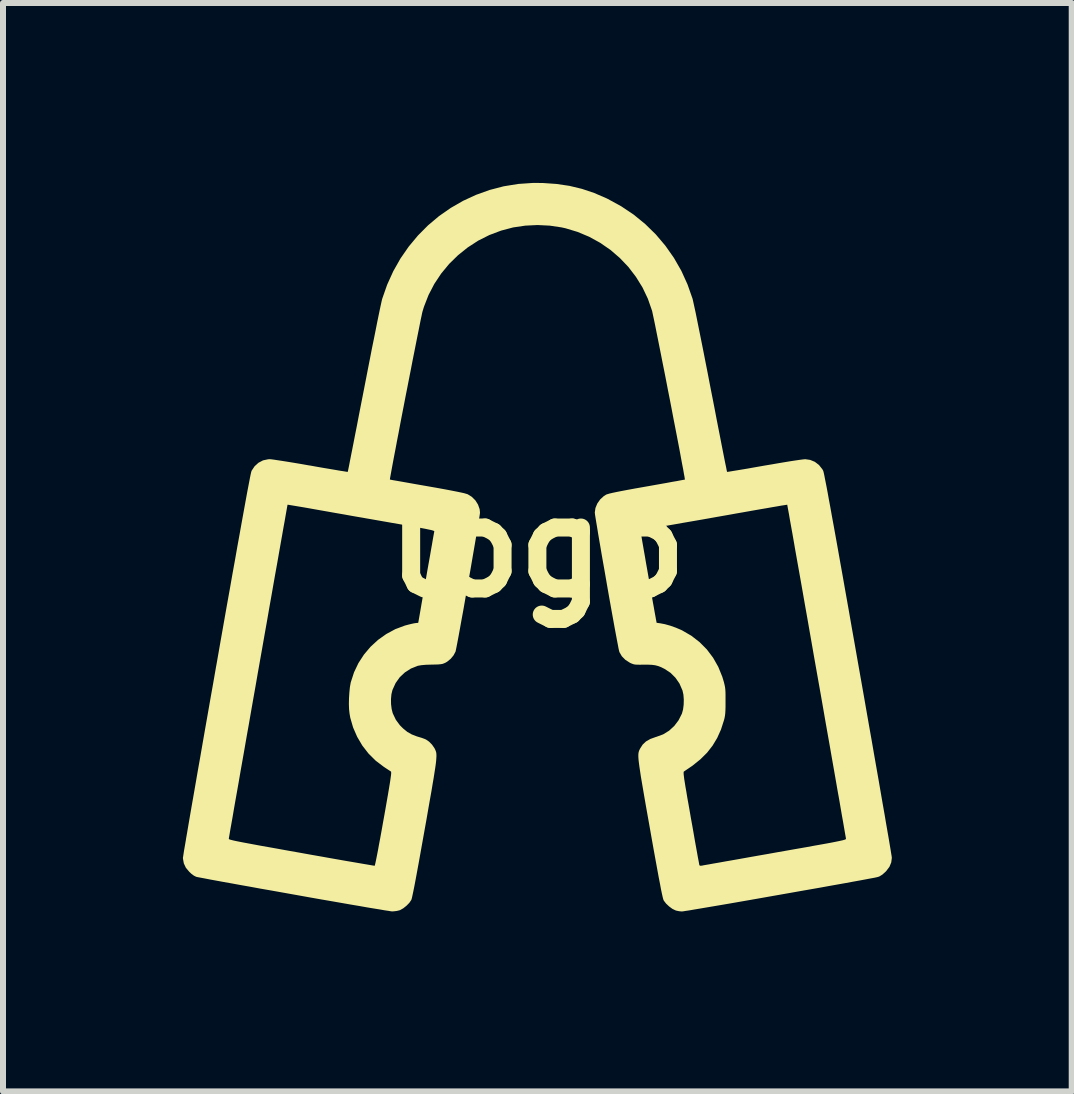
<source format=kicad_pcb>
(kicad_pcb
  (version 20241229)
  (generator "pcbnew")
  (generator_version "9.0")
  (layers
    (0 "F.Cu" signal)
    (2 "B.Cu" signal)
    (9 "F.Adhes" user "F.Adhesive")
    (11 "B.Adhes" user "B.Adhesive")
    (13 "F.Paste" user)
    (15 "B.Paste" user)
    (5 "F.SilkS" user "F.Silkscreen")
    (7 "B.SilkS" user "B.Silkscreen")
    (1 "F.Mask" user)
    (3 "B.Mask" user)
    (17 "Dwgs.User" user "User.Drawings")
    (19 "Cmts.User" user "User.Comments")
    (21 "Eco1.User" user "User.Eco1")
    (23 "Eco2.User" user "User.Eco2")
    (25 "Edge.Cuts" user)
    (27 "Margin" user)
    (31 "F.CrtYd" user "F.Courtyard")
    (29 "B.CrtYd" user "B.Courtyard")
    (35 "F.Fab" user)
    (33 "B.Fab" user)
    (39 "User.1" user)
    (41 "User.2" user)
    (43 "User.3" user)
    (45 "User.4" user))
  (footprint "logo"
    (layer "F.Cu")
    (at 5.91 6.072)
    (property "Reference" "logo" (at 0 0 0) (layer "F.SilkS") (effects (font (size 1.524 1.524) (thickness 0.3))))
    (attr board_only exclude_from_pos_files exclude_from_bom)
    (fp_poly (pts (xy 0.088 -6.071) (xy 0.318 -6.055) (xy 0.535 -6.023) (xy 0.743 -5.973) (xy 0.948 -5.904) (xy 1.154 -5.815) (xy 1.176 -5.804) (xy 1.397 -5.683) (xy 1.605 -5.544) (xy 1.797 -5.387) (xy 1.974 -5.214) (xy 2.134 -5.025) (xy 2.276 -4.823) (xy 2.4 -4.607) (xy 2.503 -4.38) (xy 2.587 -4.141) (xy 2.588 -4.138) (xy 2.594 -4.111) (xy 2.605 -4.062) (xy 2.62 -3.993) (xy 2.639 -3.906) (xy 2.66 -3.802) (xy 2.684 -3.682) (xy 2.711 -3.549) (xy 2.74 -3.404) (xy 2.771 -3.249) (xy 2.803 -3.085) (xy 2.837 -2.913) (xy 2.871 -2.736) (xy 2.89 -2.638) (xy 2.925 -2.461) (xy 2.958 -2.291) (xy 2.989 -2.128) (xy 3.019 -1.975) (xy 3.047 -1.833) (xy 3.072 -1.703) (xy 3.095 -1.587) (xy 3.115 -1.485) (xy 3.132 -1.4) (xy 3.146 -1.334) (xy 3.155 -1.286) (xy 3.161 -1.26) (xy 3.162 -1.254) (xy 3.174 -1.255) (xy 3.208 -1.26) (xy 3.26 -1.269) (xy 3.329 -1.28) (xy 3.413 -1.294) (xy 3.509 -1.31) (xy 3.615 -1.329) (xy 3.729 -1.349) (xy 3.78 -1.358) (xy 3.9 -1.378) (xy 4.015 -1.398) (xy 4.122 -1.416) (xy 4.219 -1.432) (xy 4.304 -1.445) (xy 4.374 -1.455) (xy 4.426 -1.462) (xy 4.458 -1.465) (xy 4.464 -1.466) (xy 4.548 -1.454) (xy 4.626 -1.422) (xy 4.695 -1.369) (xy 4.75 -1.3) (xy 4.765 -1.273) (xy 4.769 -1.261) (xy 4.775 -1.237) (xy 4.783 -1.2) (xy 4.793 -1.148) (xy 4.806 -1.083) (xy 4.822 -1.002) (xy 4.84 -0.906) (xy 4.86 -0.794) (xy 4.884 -0.666) (xy 4.91 -0.52) (xy 4.94 -0.357) (xy 4.973 -0.175) (xy 5.009 0.026) (xy 5.048 0.246) (xy 5.091 0.486) (xy 5.137 0.747) (xy 5.187 1.028) (xy 5.24 1.332) (xy 5.298 1.658) (xy 5.349 1.949) (xy 5.397 2.22) (xy 5.444 2.486) (xy 5.489 2.744) (xy 5.533 2.995) (xy 5.576 3.237) (xy 5.616 3.469) (xy 5.655 3.691) (xy 5.692 3.901) (xy 5.726 4.099) (xy 5.758 4.284) (xy 5.788 4.454) (xy 5.814 4.608) (xy 5.838 4.746) (xy 5.859 4.867) (xy 5.876 4.969) (xy 5.89 5.052) (xy 5.9 5.115) (xy 5.907 5.157) (xy 5.909 5.177) (xy 5.91 5.178) (xy 5.9 5.257) (xy 5.87 5.33) (xy 5.818 5.399) (xy 5.804 5.414) (xy 5.751 5.461) (xy 5.702 5.491) (xy 5.679 5.499) (xy 5.659 5.504) (xy 5.618 5.513) (xy 5.557 5.524) (xy 5.478 5.539) (xy 5.382 5.557) (xy 5.271 5.577) (xy 5.147 5.6) (xy 5.012 5.624) (xy 4.866 5.65) (xy 4.712 5.678) (xy 4.552 5.706) (xy 4.386 5.735) (xy 4.217 5.765) (xy 4.047 5.795) (xy 3.876 5.825) (xy 3.707 5.855) (xy 3.542 5.884) (xy 3.381 5.912) (xy 3.227 5.939) (xy 3.081 5.964) (xy 2.945 5.987) (xy 2.821 6.008) (xy 2.709 6.027) (xy 2.613 6.043) (xy 2.533 6.057) (xy 2.471 6.066) (xy 2.429 6.073) (xy 2.408 6.075) (xy 2.408 6.075) (xy 2.363 6.071) (xy 2.315 6.061) (xy 2.301 6.056) (xy 2.25 6.031) (xy 2.196 5.991) (xy 2.146 5.944) (xy 2.109 5.896) (xy 2.103 5.884) (xy 2.097 5.866) (xy 2.088 5.831) (xy 2.076 5.777) (xy 2.061 5.705) (xy 2.044 5.613) (xy 2.022 5.501) (xy 1.998 5.369) (xy 1.97 5.216) (xy 1.938 5.04) (xy 1.903 4.843) (xy 1.878 4.701) (xy 1.843 4.504) (xy 1.812 4.33) (xy 1.785 4.175) (xy 1.762 4.04) (xy 1.742 3.923) (xy 1.725 3.822) (xy 1.712 3.735) (xy 1.701 3.662) (xy 1.693 3.601) (xy 1.687 3.55) (xy 1.684 3.509) (xy 1.683 3.475) (xy 1.684 3.448) (xy 1.687 3.425) (xy 1.692 3.406) (xy 1.698 3.389) (xy 1.706 3.373) (xy 1.712 3.36) (xy 1.755 3.293) (xy 1.811 3.24) (xy 1.883 3.199) (xy 1.974 3.166) (xy 1.988 3.162) (xy 2.097 3.122) (xy 2.196 3.061) (xy 2.282 2.982) (xy 2.354 2.887) (xy 2.409 2.778) (xy 2.411 2.772) (xy 2.429 2.706) (xy 2.439 2.627) (xy 2.441 2.543) (xy 2.435 2.462) (xy 2.42 2.393) (xy 2.418 2.388) (xy 2.369 2.275) (xy 2.301 2.177) (xy 2.218 2.095) (xy 2.119 2.03) (xy 2.119 2.03) (xy 2.063 2.002) (xy 2.014 1.983) (xy 1.964 1.97) (xy 1.909 1.963) (xy 1.841 1.96) (xy 1.772 1.96) (xy 1.707 1.961) (xy 1.66 1.96) (xy 1.626 1.958) (xy 1.6 1.952) (xy 1.575 1.943) (xy 1.546 1.93) (xy 1.539 1.926) (xy 1.466 1.879) (xy 1.408 1.82) (xy 1.369 1.753) (xy 1.366 1.745) (xy 1.361 1.725) (xy 1.352 1.685) (xy 1.341 1.625) (xy 1.326 1.548) (xy 1.309 1.456) (xy 1.289 1.35) (xy 1.268 1.233) (xy 1.245 1.106) (xy 1.221 0.972) (xy 1.196 0.832) (xy 1.171 0.69) (xy 1.146 0.545) (xy 1.121 0.401) (xy 1.096 0.26) (xy 1.072 0.123) (xy 1.05 -0.007) (xy 1.029 -0.129) (xy 1.01 -0.24) (xy 1.004 -0.279) (xy 1.718 -0.279) (xy 1.72 -0.267) (xy 1.725 -0.235) (xy 1.734 -0.184) (xy 1.745 -0.117) (xy 1.759 -0.037) (xy 1.775 0.055) (xy 1.793 0.157) (xy 1.811 0.264) (xy 1.831 0.376) (xy 1.851 0.49) (xy 1.871 0.603) (xy 1.89 0.713) (xy 1.908 0.818) (xy 1.925 0.916) (xy 1.941 1.003) (xy 1.954 1.078) (xy 1.965 1.138) (xy 1.973 1.181) (xy 1.974 1.189) (xy 1.988 1.262) (xy 2.046 1.27) (xy 2.125 1.285) (xy 2.215 1.31) (xy 2.308 1.343) (xy 2.395 1.38) (xy 2.414 1.389) (xy 2.567 1.478) (xy 2.704 1.584) (xy 2.826 1.707) (xy 2.93 1.845) (xy 3.016 1.997) (xy 3.083 2.162) (xy 3.11 2.252) (xy 3.12 2.293) (xy 3.128 2.331) (xy 3.133 2.37) (xy 3.136 2.416) (xy 3.137 2.474) (xy 3.137 2.549) (xy 3.137 2.577) (xy 3.137 2.66) (xy 3.135 2.724) (xy 3.132 2.774) (xy 3.127 2.815) (xy 3.12 2.852) (xy 3.111 2.886) (xy 3.061 3.042) (xy 2.998 3.182) (xy 2.921 3.31) (xy 2.829 3.428) (xy 2.718 3.538) (xy 2.588 3.643) (xy 2.444 3.741) (xy 2.44 3.745) (xy 2.438 3.754) (xy 2.438 3.768) (xy 2.439 3.791) (xy 2.443 3.823) (xy 2.448 3.866) (xy 2.457 3.921) (xy 2.468 3.991) (xy 2.483 4.076) (xy 2.5 4.18) (xy 2.522 4.302) (xy 2.547 4.445) (xy 2.56 4.521) (xy 2.584 4.653) (xy 2.606 4.778) (xy 2.626 4.894) (xy 2.645 5) (xy 2.662 5.093) (xy 2.676 5.172) (xy 2.688 5.234) (xy 2.696 5.278) (xy 2.7 5.301) (xy 2.701 5.304) (xy 2.715 5.313) (xy 2.745 5.311) (xy 2.761 5.307) (xy 2.8 5.3) (xy 2.859 5.29) (xy 2.936 5.276) (xy 3.029 5.26) (xy 3.139 5.24) (xy 3.261 5.219) (xy 3.396 5.195) (xy 3.541 5.169) (xy 3.694 5.142) (xy 3.855 5.114) (xy 3.965 5.094) (xy 4.158 5.06) (xy 4.328 5.03) (xy 4.478 5.004) (xy 4.608 4.98) (xy 4.721 4.96) (xy 4.816 4.943) (xy 4.897 4.928) (xy 4.963 4.915) (xy 5.017 4.904) (xy 5.059 4.895) (xy 5.091 4.888) (xy 5.114 4.881) (xy 5.13 4.876) (xy 5.139 4.872) (xy 5.144 4.867) (xy 5.145 4.864) (xy 5.145 4.863) (xy 5.143 4.849) (xy 5.137 4.814) (xy 5.127 4.758) (xy 5.114 4.682) (xy 5.098 4.588) (xy 5.078 4.477) (xy 5.056 4.35) (xy 5.032 4.209) (xy 5.004 4.054) (xy 4.975 3.887) (xy 4.944 3.709) (xy 4.911 3.522) (xy 4.877 3.326) (xy 4.841 3.123) (xy 4.804 2.914) (xy 4.767 2.7) (xy 4.729 2.483) (xy 4.69 2.263) (xy 4.651 2.043) (xy 4.612 1.823) (xy 4.574 1.604) (xy 4.536 1.388) (xy 4.499 1.175) (xy 4.462 0.968) (xy 4.427 0.767) (xy 4.393 0.574) (xy 4.36 0.389) (xy 4.329 0.215) (xy 4.3 0.052) (xy 4.274 -0.099) (xy 4.25 -0.236) (xy 4.228 -0.358) (xy 4.209 -0.463) (xy 4.194 -0.552) (xy 4.181 -0.621) (xy 4.172 -0.671) (xy 4.167 -0.7) (xy 4.166 -0.707) (xy 4.154 -0.705) (xy 4.121 -0.7) (xy 4.069 -0.692) (xy 4.001 -0.68) (xy 3.918 -0.666) (xy 3.822 -0.649) (xy 3.716 -0.631) (xy 3.602 -0.611) (xy 3.556 -0.603) (xy 3.433 -0.581) (xy 3.312 -0.56) (xy 3.196 -0.539) (xy 3.088 -0.52) (xy 2.991 -0.503) (xy 2.907 -0.488) (xy 2.841 -0.476) (xy 2.794 -0.468) (xy 2.789 -0.467) (xy 2.669 -0.446) (xy 2.547 -0.425) (xy 2.425 -0.404) (xy 2.306 -0.383) (xy 2.192 -0.363) (xy 2.085 -0.344) (xy 1.988 -0.327) (xy 1.902 -0.312) (xy 1.83 -0.299) (xy 1.774 -0.289) (xy 1.736 -0.282) (xy 1.719 -0.279) (xy 1.718 -0.279) (xy 1.004 -0.279) (xy 0.994 -0.339) (xy 0.98 -0.423) (xy 0.969 -0.491) (xy 0.961 -0.541) (xy 0.958 -0.57) (xy 0.957 -0.576) (xy 0.968 -0.652) (xy 0.999 -0.727) (xy 1.047 -0.795) (xy 1.107 -0.85) (xy 1.148 -0.876) (xy 1.169 -0.883) (xy 1.203 -0.893) (xy 1.254 -0.905) (xy 1.321 -0.919) (xy 1.407 -0.936) (xy 1.512 -0.956) (xy 1.638 -0.979) (xy 1.786 -1.005) (xy 1.826 -1.012) (xy 1.944 -1.033) (xy 2.056 -1.053) (xy 2.158 -1.071) (xy 2.249 -1.088) (xy 2.326 -1.101) (xy 2.388 -1.113) (xy 2.432 -1.121) (xy 2.455 -1.125) (xy 2.459 -1.126) (xy 2.458 -1.138) (xy 2.453 -1.171) (xy 2.443 -1.224) (xy 2.431 -1.295) (xy 2.414 -1.382) (xy 2.395 -1.484) (xy 2.374 -1.599) (xy 2.35 -1.725) (xy 2.324 -1.86) (xy 2.296 -2.004) (xy 2.267 -2.153) (xy 2.238 -2.306) (xy 2.208 -2.462) (xy 2.177 -2.618) (xy 2.147 -2.774) (xy 2.117 -2.927) (xy 2.087 -3.076) (xy 2.059 -3.219) (xy 2.032 -3.354) (xy 2.007 -3.48) (xy 1.984 -3.594) (xy 1.964 -3.695) (xy 1.946 -3.782) (xy 1.931 -3.852) (xy 1.92 -3.904) (xy 1.913 -3.937) (xy 1.911 -3.943) (xy 1.842 -4.141) (xy 1.752 -4.33) (xy 1.643 -4.506) (xy 1.517 -4.671) (xy 1.374 -4.821) (xy 1.217 -4.956) (xy 1.046 -5.074) (xy 0.864 -5.174) (xy 0.671 -5.255) (xy 0.469 -5.316) (xy 0.401 -5.331) (xy 0.205 -5.36) (xy 0.002 -5.37) (xy -0.201 -5.36) (xy -0.398 -5.331) (xy -0.401 -5.331) (xy -0.605 -5.277) (xy -0.801 -5.203) (xy -0.988 -5.109) (xy -1.162 -4.996) (xy -1.324 -4.866) (xy -1.472 -4.721) (xy -1.604 -4.561) (xy -1.719 -4.388) (xy -1.815 -4.203) (xy -1.891 -4.008) (xy -1.915 -3.93) (xy -1.921 -3.906) (xy -1.93 -3.862) (xy -1.944 -3.798) (xy -1.96 -3.718) (xy -1.979 -3.622) (xy -2.001 -3.513) (xy -2.025 -3.392) (xy -2.051 -3.261) (xy -2.079 -3.121) (xy -2.107 -2.975) (xy -2.137 -2.823) (xy -2.167 -2.669) (xy -2.198 -2.513) (xy -2.228 -2.357) (xy -2.258 -2.203) (xy -2.287 -2.052) (xy -2.314 -1.907) (xy -2.341 -1.769) (xy -2.365 -1.64) (xy -2.388 -1.521) (xy -2.408 -1.415) (xy -2.425 -1.323) (xy -2.439 -1.246) (xy -2.45 -1.187) (xy -2.457 -1.147) (xy -2.459 -1.128) (xy -2.459 -1.126) (xy -2.447 -1.124) (xy -2.413 -1.117) (xy -2.36 -1.108) (xy -2.291 -1.096) (xy -2.207 -1.081) (xy -2.111 -1.064) (xy -2.004 -1.045) (xy -1.889 -1.025) (xy -1.838 -1.016) (xy -1.683 -0.989) (xy -1.551 -0.965) (xy -1.44 -0.944) (xy -1.349 -0.926) (xy -1.276 -0.911) (xy -1.222 -0.899) (xy -1.184 -0.888) (xy -1.162 -0.881) (xy -1.093 -0.838) (xy -1.034 -0.779) (xy -0.99 -0.709) (xy -0.963 -0.633) (xy -0.957 -0.576) (xy -0.959 -0.556) (xy -0.965 -0.515) (xy -0.975 -0.455) (xy -0.987 -0.377) (xy -1.003 -0.284) (xy -1.021 -0.178) (xy -1.041 -0.06) (xy -1.063 0.067) (xy -1.086 0.201) (xy -1.11 0.341) (xy -1.135 0.484) (xy -1.16 0.628) (xy -1.186 0.772) (xy -1.211 0.913) (xy -1.235 1.05) (xy -1.259 1.18) (xy -1.281 1.302) (xy -1.301 1.413) (xy -1.319 1.511) (xy -1.335 1.595) (xy -1.348 1.662) (xy -1.358 1.711) (xy -1.364 1.74) (xy -1.366 1.745) (xy -1.398 1.805) (xy -1.445 1.862) (xy -1.502 1.909) (xy -1.532 1.927) (xy -1.557 1.938) (xy -1.581 1.947) (xy -1.61 1.952) (xy -1.648 1.956) (xy -1.7 1.958) (xy -1.76 1.959) (xy -1.86 1.962) (xy -1.937 1.969) (xy -1.993 1.979) (xy -1.996 1.98) (xy -2.109 2.025) (xy -2.209 2.089) (xy -2.295 2.17) (xy -2.364 2.267) (xy -2.415 2.379) (xy -2.418 2.388) (xy -2.434 2.454) (xy -2.441 2.534) (xy -2.44 2.619) (xy -2.43 2.699) (xy -2.413 2.766) (xy -2.411 2.772) (xy -2.36 2.879) (xy -2.292 2.971) (xy -2.24 3.023) (xy -2.169 3.081) (xy -2.095 3.123) (xy -2.01 3.156) (xy -1.977 3.166) (xy -1.93 3.18) (xy -1.886 3.196) (xy -1.858 3.208) (xy -1.807 3.243) (xy -1.758 3.292) (xy -1.719 3.348) (xy -1.712 3.36) (xy -1.704 3.377) (xy -1.697 3.393) (xy -1.691 3.411) (xy -1.686 3.43) (xy -1.684 3.454) (xy -1.683 3.483) (xy -1.685 3.518) (xy -1.688 3.562) (xy -1.694 3.615) (xy -1.703 3.679) (xy -1.715 3.755) (xy -1.729 3.846) (xy -1.747 3.951) (xy -1.767 4.072) (xy -1.792 4.212) (xy -1.82 4.371) (xy -1.851 4.551) (xy -1.878 4.701) (xy -1.916 4.913) (xy -1.95 5.103) (xy -1.98 5.271) (xy -2.007 5.417) (xy -2.03 5.542) (xy -2.05 5.647) (xy -2.067 5.732) (xy -2.081 5.798) (xy -2.091 5.845) (xy -2.099 5.874) (xy -2.103 5.884) (xy -2.135 5.931) (xy -2.182 5.979) (xy -2.236 6.022) (xy -2.289 6.052) (xy -2.301 6.056) (xy -2.347 6.067) (xy -2.399 6.073) (xy -2.422 6.074) (xy -2.442 6.072) (xy -2.483 6.065) (xy -2.545 6.056) (xy -2.625 6.042) (xy -2.724 6.026) (xy -2.839 6.007) (xy -2.968 5.984) (xy -3.111 5.96) (xy -3.265 5.933) (xy -3.431 5.904) (xy -3.605 5.874) (xy -3.787 5.842) (xy -3.976 5.808) (xy -4.066 5.792) (xy -4.256 5.758) (xy -4.441 5.725) (xy -4.619 5.694) (xy -4.787 5.663) (xy -4.946 5.635) (xy -5.093 5.608) (xy -5.228 5.584) (xy -5.348 5.562) (xy -5.452 5.543) (xy -5.539 5.526) (xy -5.608 5.513) (xy -5.657 5.504) (xy -5.685 5.498) (xy -5.691 5.496) (xy -5.727 5.478) (xy -5.77 5.446) (xy -5.804 5.414) (xy -5.861 5.346) (xy -5.895 5.274) (xy -5.909 5.196) (xy -5.91 5.178) (xy -5.907 5.162) (xy -5.901 5.123) (xy -5.892 5.063) (xy -5.878 4.983) (xy -5.861 4.884) (xy -5.858 4.862) (xy -5.145 4.862) (xy -5.144 4.866) (xy -5.14 4.87) (xy -5.13 4.875) (xy -5.114 4.88) (xy -5.09 4.886) (xy -5.057 4.894) (xy -5.015 4.903) (xy -4.96 4.914) (xy -4.893 4.927) (xy -4.812 4.942) (xy -4.716 4.96) (xy -4.603 4.981) (xy -4.472 5.004) (xy -4.321 5.031) (xy -4.151 5.062) (xy -3.958 5.096) (xy -3.936 5.1) (xy -3.77 5.13) (xy -3.61 5.158) (xy -3.459 5.185) (xy -3.317 5.21) (xy -3.186 5.233) (xy -3.068 5.253) (xy -2.964 5.271) (xy -2.876 5.286) (xy -2.805 5.298) (xy -2.754 5.307) (xy -2.722 5.312) (xy -2.713 5.313) (xy -2.709 5.302) (xy -2.701 5.268) (xy -2.69 5.216) (xy -2.676 5.146) (xy -2.659 5.06) (xy -2.641 4.96) (xy -2.62 4.849) (xy -2.598 4.728) (xy -2.575 4.599) (xy -2.563 4.532) (xy -2.535 4.376) (xy -2.512 4.243) (xy -2.492 4.129) (xy -2.476 4.034) (xy -2.463 3.955) (xy -2.453 3.892) (xy -2.446 3.842) (xy -2.441 3.805) (xy -2.438 3.777) (xy -2.438 3.759) (xy -2.439 3.747) (xy -2.442 3.742) (xy -2.443 3.741) (xy -2.46 3.73) (xy -2.492 3.709) (xy -2.533 3.682) (xy -2.563 3.662) (xy -2.696 3.561) (xy -2.815 3.443) (xy -2.919 3.309) (xy -3.005 3.163) (xy -3.073 3.007) (xy -3.12 2.844) (xy -3.132 2.775) (xy -3.14 2.703) (xy -3.143 2.615) (xy -3.141 2.52) (xy -3.135 2.424) (xy -3.126 2.335) (xy -3.113 2.261) (xy -3.11 2.25) (xy -3.057 2.087) (xy -2.984 1.934) (xy -2.891 1.791) (xy -2.782 1.662) (xy -2.657 1.547) (xy -2.519 1.449) (xy -2.369 1.368) (xy -2.209 1.308) (xy -2.156 1.294) (xy -2.104 1.281) (xy -2.058 1.271) (xy -2.025 1.266) (xy -2.014 1.265) (xy -1.992 1.263) (xy -1.986 1.26) (xy -1.984 1.247) (xy -1.978 1.214) (xy -1.969 1.162) (xy -1.957 1.094) (xy -1.943 1.012) (xy -1.927 0.919) (xy -1.909 0.817) (xy -1.89 0.708) (xy -1.87 0.595) (xy -1.85 0.48) (xy -1.83 0.365) (xy -1.81 0.253) (xy -1.791 0.147) (xy -1.774 0.048) (xy -1.758 -0.041) (xy -1.745 -0.118) (xy -1.734 -0.18) (xy -1.726 -0.225) (xy -1.721 -0.25) (xy -1.72 -0.255) (xy -1.719 -0.259) (xy -1.719 -0.263) (xy -1.721 -0.267) (xy -1.727 -0.271) (xy -1.739 -0.275) (xy -1.756 -0.281) (xy -1.782 -0.287) (xy -1.817 -0.294) (xy -1.863 -0.304) (xy -1.921 -0.315) (xy -1.992 -0.328) (xy -2.079 -0.343) (xy -2.181 -0.361) (xy -2.302 -0.383) (xy -2.441 -0.407) (xy -2.601 -0.435) (xy -2.783 -0.467) (xy -2.783 -0.467) (xy -2.842 -0.477) (xy -2.92 -0.491) (xy -3.014 -0.507) (xy -3.122 -0.526) (xy -3.238 -0.547) (xy -3.36 -0.568) (xy -3.484 -0.59) (xy -3.586 -0.608) (xy -3.699 -0.628) (xy -3.805 -0.647) (xy -3.902 -0.664) (xy -3.987 -0.678) (xy -4.058 -0.69) (xy -4.113 -0.699) (xy -4.149 -0.705) (xy -4.165 -0.707) (xy -4.166 -0.707) (xy -4.168 -0.695) (xy -4.174 -0.661) (xy -4.184 -0.606) (xy -4.197 -0.532) (xy -4.213 -0.439) (xy -4.233 -0.33) (xy -4.255 -0.204) (xy -4.28 -0.064) (xy -4.307 0.09) (xy -4.336 0.256) (xy -4.368 0.433) (xy -4.401 0.62) (xy -4.435 0.815) (xy -4.471 1.017) (xy -4.507 1.226) (xy -4.545 1.439) (xy -4.583 1.656) (xy -4.622 1.876) (xy -4.661 2.096) (xy -4.699 2.316) (xy -4.738 2.535) (xy -4.776 2.752) (xy -4.813 2.965) (xy -4.85 3.172) (xy -4.885 3.374) (xy -4.919 3.567) (xy -4.952 3.753) (xy -4.982 3.928) (xy -5.011 4.092) (xy -5.038 4.243) (xy -5.062 4.381) (xy -5.083 4.505) (xy -5.102 4.612) (xy -5.118 4.701) (xy -5.13 4.772) (xy -5.139 4.824) (xy -5.144 4.854) (xy -5.145 4.862) (xy -5.858 4.862) (xy -5.841 4.766) (xy -5.818 4.63) (xy -5.792 4.478) (xy -5.763 4.31) (xy -5.731 4.128) (xy -5.697 3.932) (xy -5.661 3.724) (xy -5.622 3.504) (xy -5.582 3.273) (xy -5.54 3.032) (xy -5.496 2.783) (xy -5.451 2.525) (xy -5.404 2.261) (xy -5.357 1.991) (xy -5.349 1.949) (xy -5.289 1.605) (xy -5.232 1.282) (xy -5.179 0.982) (xy -5.129 0.704) (xy -5.084 0.447) (xy -5.041 0.21) (xy -5.003 -0.007) (xy -4.967 -0.205) (xy -4.935 -0.384) (xy -4.906 -0.544) (xy -4.88 -0.687) (xy -4.857 -0.813) (xy -4.837 -0.923) (xy -4.819 -1.016) (xy -4.804 -1.094) (xy -4.792 -1.157) (xy -4.782 -1.206) (xy -4.774 -1.242) (xy -4.768 -1.264) (xy -4.765 -1.273) (xy -4.715 -1.348) (xy -4.651 -1.406) (xy -4.575 -1.446) (xy -4.492 -1.464) (xy -4.463 -1.466) (xy -4.438 -1.464) (xy -4.392 -1.458) (xy -4.327 -1.448) (xy -4.247 -1.436) (xy -4.153 -1.421) (xy -4.049 -1.404) (xy -3.936 -1.385) (xy -3.818 -1.364) (xy -3.779 -1.358) (xy -3.662 -1.337) (xy -3.552 -1.318) (xy -3.451 -1.301) (xy -3.362 -1.286) (xy -3.287 -1.273) (xy -3.227 -1.264) (xy -3.186 -1.257) (xy -3.164 -1.254) (xy -3.162 -1.255) (xy -3.159 -1.266) (xy -3.152 -1.3) (xy -3.141 -1.354) (xy -3.127 -1.427) (xy -3.109 -1.518) (xy -3.088 -1.624) (xy -3.064 -1.746) (xy -3.038 -1.88) (xy -3.009 -2.026) (xy -2.979 -2.183) (xy -2.947 -2.348) (xy -2.913 -2.521) (xy -2.89 -2.638) (xy -2.855 -2.818) (xy -2.821 -2.993) (xy -2.788 -3.161) (xy -2.757 -3.321) (xy -2.726 -3.472) (xy -2.698 -3.612) (xy -2.673 -3.739) (xy -2.65 -3.851) (xy -2.63 -3.948) (xy -2.613 -4.027) (xy -2.6 -4.087) (xy -2.591 -4.126) (xy -2.588 -4.138) (xy -2.505 -4.375) (xy -2.403 -4.6) (xy -2.283 -4.812) (xy -2.145 -5.011) (xy -1.991 -5.196) (xy -1.823 -5.365) (xy -1.64 -5.519) (xy -1.445 -5.655) (xy -1.238 -5.774) (xy -1.021 -5.874) (xy -0.795 -5.955) (xy -0.561 -6.016) (xy -0.32 -6.055) (xy -0.074 -6.072)) (stroke (width 0) (type solid)) (fill yes) (layer "F.SilkS")))
  (gr_rect
    (start -3 -3)
    (end 14.819 15.147)
    (stroke (width 0.1) (type default))
    (fill no)
    (layer "Edge.Cuts")))
</source>
